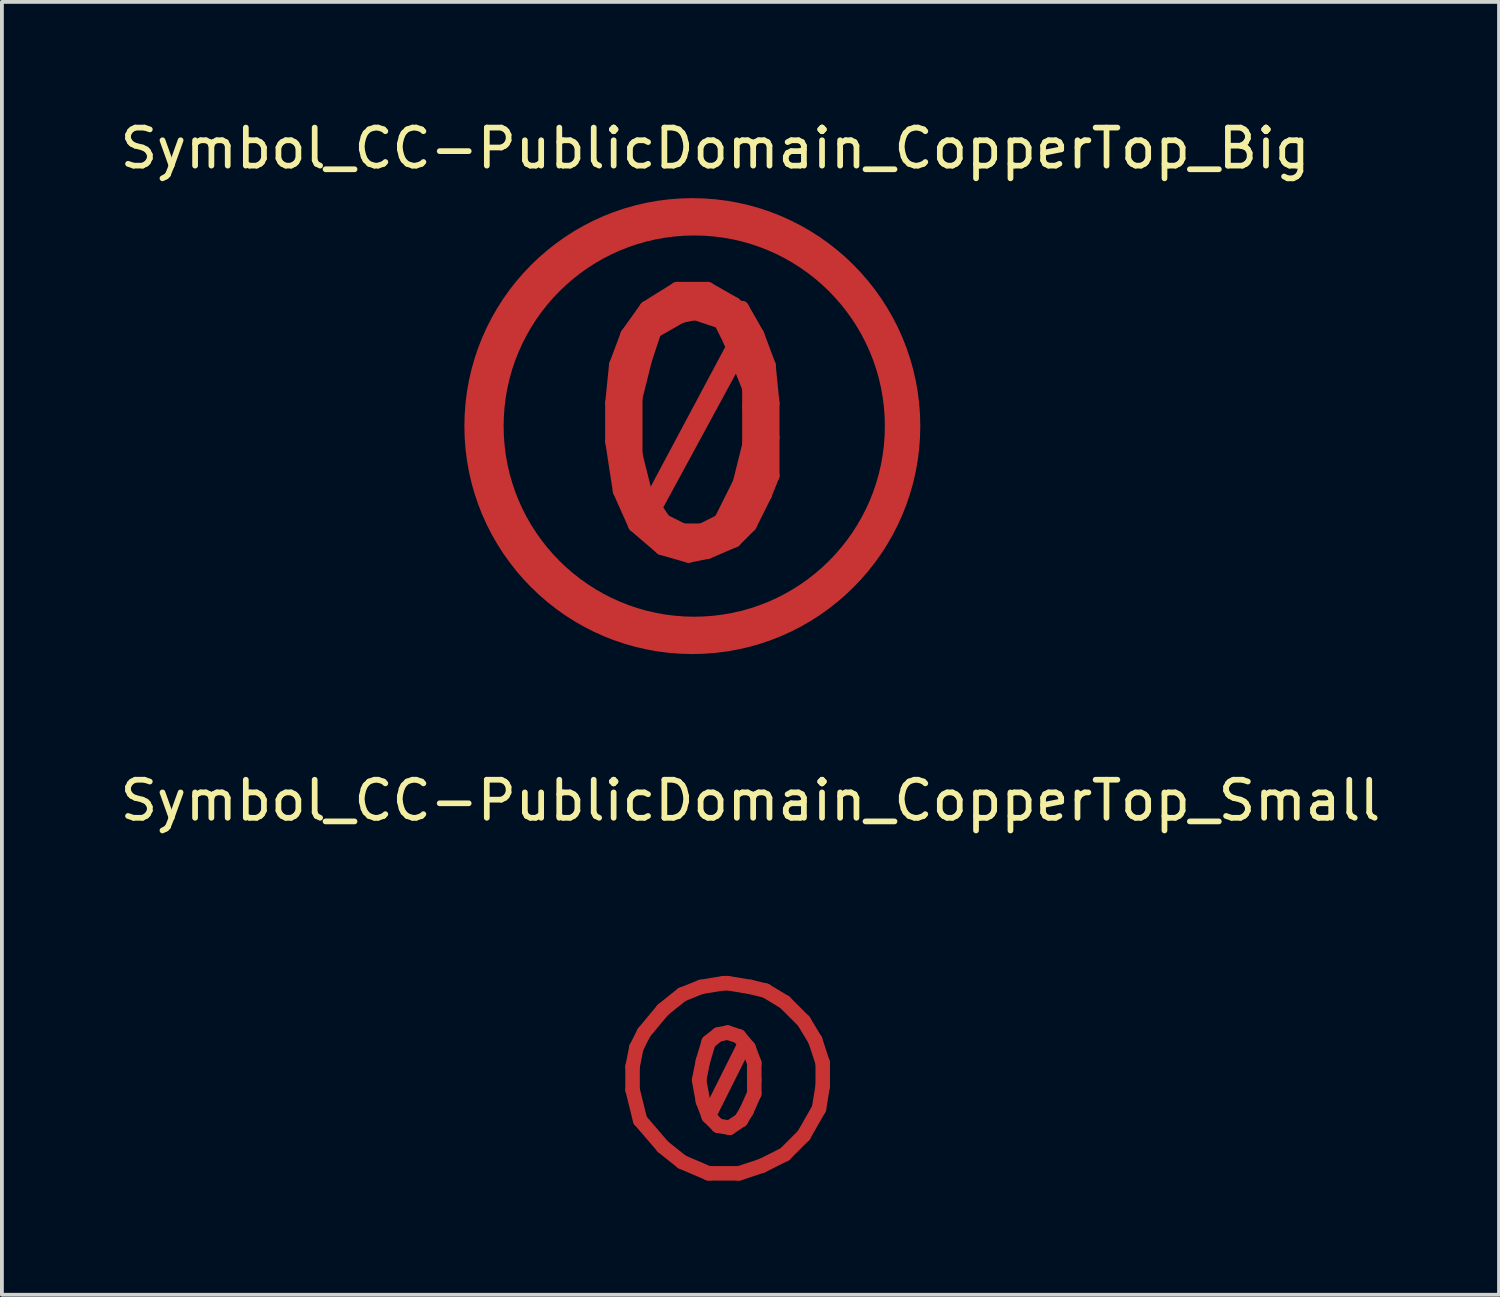
<source format=kicad_pcb>
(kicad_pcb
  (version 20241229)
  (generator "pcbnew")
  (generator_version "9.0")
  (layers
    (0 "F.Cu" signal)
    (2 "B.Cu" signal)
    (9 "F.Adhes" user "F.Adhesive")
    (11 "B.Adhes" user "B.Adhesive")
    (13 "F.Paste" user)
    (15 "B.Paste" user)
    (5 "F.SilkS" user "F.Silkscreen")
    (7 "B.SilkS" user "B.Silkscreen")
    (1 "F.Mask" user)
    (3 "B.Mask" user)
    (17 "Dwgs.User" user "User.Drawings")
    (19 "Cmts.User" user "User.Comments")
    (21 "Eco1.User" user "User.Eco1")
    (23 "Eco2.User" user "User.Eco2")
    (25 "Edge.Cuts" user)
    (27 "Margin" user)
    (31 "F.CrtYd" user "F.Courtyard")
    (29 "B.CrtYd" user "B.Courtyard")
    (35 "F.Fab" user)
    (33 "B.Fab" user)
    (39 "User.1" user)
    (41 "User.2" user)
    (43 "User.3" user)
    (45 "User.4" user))
  (footprint "Symbol_CC-PublicDomain_CopperTop_Big"
    (layer "F.Cu")
    (at 15.145 8.148)
    (property "Reference" "Symbol_CC-PublicDomain_CopperTop_Big" (at 0.599 -7.3 0) (layer "F.SilkS") (effects (font (size 1 1) (thickness 0.15))))
    (attr through_hole)
    (fp_line (start -2.1 -0.6) (end -2 -1.6) (stroke (width 0.381) (type solid)) (layer "F.Cu"))
    (fp_line (start -2.1 0.4) (end -2.1 -0.6) (stroke (width 0.381) (type solid)) (layer "F.Cu"))
    (fp_line (start -2 -1.6) (end -1.7 -2.4) (stroke (width 0.381) (type solid)) (layer "F.Cu"))
    (fp_line (start -1.9 0.6) (end -1.7 -1.9) (stroke (width 0.381) (type solid)) (layer "F.Cu"))
    (fp_line (start -1.9 1.7) (end -2.1 0.4) (stroke (width 0.381) (type solid)) (layer "F.Cu"))
    (fp_line (start -1.8 -0.7) (end -1.4 -2.2) (stroke (width 0.381) (type solid)) (layer "F.Cu"))
    (fp_line (start -1.8 1.2) (end -1.6 1.9) (stroke (width 0.381) (type solid)) (layer "F.Cu"))
    (fp_line (start -1.7 -2.4) (end -1.2 -3.1) (stroke (width 0.381) (type solid)) (layer "F.Cu"))
    (fp_line (start -1.7 1) (end -1.8 -0.7) (stroke (width 0.381) (type solid)) (layer "F.Cu"))
    (fp_line (start -1.6 1.9) (end -1.2 2.5) (stroke (width 0.381) (type solid)) (layer "F.Cu"))
    (fp_line (start -1.5 -0.75) (end -1.25 -1.75) (stroke (width 0.381) (type solid)) (layer "F.Cu"))
    (fp_line (start -1.5 0.75) (end -1.5 -0.75) (stroke (width 0.381) (type solid)) (layer "F.Cu"))
    (fp_line (start -1.5 2.6) (end -1.9 1.7) (stroke (width 0.381) (type solid)) (layer "F.Cu"))
    (fp_line (start -1.4 -2.2) (end -1 -2.9) (stroke (width 0.381) (type solid)) (layer "F.Cu"))
    (fp_line (start -1.3 2.3) (end -1.7 1) (stroke (width 0.381) (type solid)) (layer "F.Cu"))
    (fp_line (start -1.25 -1.75) (end -1 -2.5) (stroke (width 0.381) (type solid)) (layer "F.Cu"))
    (fp_line (start -1.25 1.75) (end -1.5 0.75) (stroke (width 0.381) (type solid)) (layer "F.Cu"))
    (fp_line (start -1.2 -3.1) (end -0.4 -3.6) (stroke (width 0.381) (type solid)) (layer "F.Cu"))
    (fp_line (start -1.15 2.45) (end -1.1 2.65) (stroke (width 0.381) (type solid)) (layer "F.Cu"))
    (fp_line (start -1.1 2.7) (end -1.9 0.6) (stroke (width 0.381) (type solid)) (layer "F.Cu"))
    (fp_line (start -1 -2.9) (end -0.2 -3.3) (stroke (width 0.381) (type solid)) (layer "F.Cu"))
    (fp_line (start -1 -2.5) (end -0.3 -2.9) (stroke (width 0.381) (type solid)) (layer "F.Cu"))
    (fp_line (start -0.8 3.2) (end -1.5 2.6) (stroke (width 0.381) (type solid)) (layer "F.Cu"))
    (fp_line (start -0.75 2.5) (end -1.25 1.75) (stroke (width 0.381) (type solid)) (layer "F.Cu"))
    (fp_line (start -0.5 3.2) (end -1.1 2.7) (stroke (width 0.381) (type solid)) (layer "F.Cu"))
    (fp_line (start -0.4 -3.6) (end 0.4 -3.6) (stroke (width 0.381) (type solid)) (layer "F.Cu"))
    (fp_line (start -0.4 3) (end -1.3 2.3) (stroke (width 0.381) (type solid)) (layer "F.Cu"))
    (fp_line (start -0.3 -2.9) (end 0.2 -3) (stroke (width 0.381) (type solid)) (layer "F.Cu"))
    (fp_line (start -0.25 2.75) (end -0.75 2.5) (stroke (width 0.381) (type solid)) (layer "F.Cu"))
    (fp_line (start -0.2 -3.3) (end 0.7 -3.2) (stroke (width 0.381) (type solid)) (layer "F.Cu"))
    (fp_line (start -0.1 3.4) (end -0.8 3.2) (stroke (width 0.381) (type solid)) (layer "F.Cu"))
    (fp_line (start 0 -3) (end 0.75 -2.75) (stroke (width 0.381) (type solid)) (layer "F.Cu"))
    (fp_line (start 0.2 -3) (end 0.8 -3) (stroke (width 0.381) (type solid)) (layer "F.Cu"))
    (fp_line (start 0.2 3.2) (end -0.5 3.2) (stroke (width 0.381) (type solid)) (layer "F.Cu"))
    (fp_line (start 0.25 2.75) (end -0.25 2.75) (stroke (width 0.381) (type solid)) (layer "F.Cu"))
    (fp_line (start 0.4 -3.6) (end 1.1 -3.2) (stroke (width 0.381) (type solid)) (layer "F.Cu"))
    (fp_line (start 0.4 3.3) (end -0.1 3.4) (stroke (width 0.381) (type solid)) (layer "F.Cu"))
    (fp_line (start 0.5 3) (end -0.4 3) (stroke (width 0.381) (type solid)) (layer "F.Cu"))
    (fp_line (start 0.7 -3.2) (end 1.3 -3.1) (stroke (width 0.381) (type solid)) (layer "F.Cu"))
    (fp_line (start 0.75 -2.75) (end 1 -2.25) (stroke (width 0.381) (type solid)) (layer "F.Cu"))
    (fp_line (start 0.75 2.5) (end 0.25 2.75) (stroke (width 0.381) (type solid)) (layer "F.Cu"))
    (fp_line (start 0.8 -3) (end 1.4 -2.3) (stroke (width 0.381) (type solid)) (layer "F.Cu"))
    (fp_line (start 1 -2.25) (end 1.5 -1) (stroke (width 0.381) (type solid)) (layer "F.Cu"))
    (fp_line (start 1 2.7) (end 0.5 3) (stroke (width 0.381) (type solid)) (layer "F.Cu"))
    (fp_line (start 1.1 -3.2) (end 1.1 -2.9) (stroke (width 0.381) (type solid)) (layer "F.Cu"))
    (fp_line (start 1.1 -2.9) (end 1.8 -1.5) (stroke (width 0.381) (type solid)) (layer "F.Cu"))
    (fp_line (start 1.1 -2.5) (end 1.4 -1.9) (stroke (width 0.381) (type solid)) (layer "F.Cu"))
    (fp_line (start 1.1 3) (end 0.4 3.3) (stroke (width 0.381) (type solid)) (layer "F.Cu"))
    (fp_line (start 1.2 2.6) (end 0.2 3.2) (stroke (width 0.381) (type solid)) (layer "F.Cu"))
    (fp_line (start 1.25 -2.4) (end -1.15 2.1) (stroke (width 0.381) (type solid)) (layer "F.Cu"))
    (fp_line (start 1.25 1.5) (end 0.75 2.5) (stroke (width 0.381) (type solid)) (layer "F.Cu"))
    (fp_line (start 1.3 -3.1) (end 1.7 -2.4) (stroke (width 0.381) (type solid)) (layer "F.Cu"))
    (fp_line (start 1.4 -2.3) (end 1.6 -1.4) (stroke (width 0.381) (type solid)) (layer "F.Cu"))
    (fp_line (start 1.4 -2.25) (end -1.15 2.45) (stroke (width 0.381) (type solid)) (layer "F.Cu"))
    (fp_line (start 1.4 1.8) (end 1 2.7) (stroke (width 0.381) (type solid)) (layer "F.Cu"))
    (fp_line (start 1.5 -1) (end 1.5 -0.5) (stroke (width 0.381) (type solid)) (layer "F.Cu"))
    (fp_line (start 1.5 -0.5) (end 1.5 0.5) (stroke (width 0.381) (type solid)) (layer "F.Cu"))
    (fp_line (start 1.5 0.5) (end 1.25 1.5) (stroke (width 0.381) (type solid)) (layer "F.Cu"))
    (fp_line (start 1.5 2.6) (end 1.1 3) (stroke (width 0.381) (type solid)) (layer "F.Cu"))
    (fp_line (start 1.6 -1.4) (end 1.7 -0.3) (stroke (width 0.381) (type solid)) (layer "F.Cu"))
    (fp_line (start 1.7 -2.4) (end 2 -1.6) (stroke (width 0.381) (type solid)) (layer "F.Cu"))
    (fp_line (start 1.7 -0.3) (end 1.7 0.9) (stroke (width 0.381) (type solid)) (layer "F.Cu"))
    (fp_line (start 1.7 0.9) (end 1.4 1.8) (stroke (width 0.381) (type solid)) (layer "F.Cu"))
    (fp_line (start 1.8 -1.5) (end 1.8 -0.4) (stroke (width 0.381) (type solid)) (layer "F.Cu"))
    (fp_line (start 1.8 -0.4) (end 1.8 1.1) (stroke (width 0.381) (type solid)) (layer "F.Cu"))
    (fp_line (start 1.8 1.1) (end 1.2 2.6) (stroke (width 0.381) (type solid)) (layer "F.Cu"))
    (fp_line (start 1.9 1.8) (end 1.5 2.6) (stroke (width 0.381) (type solid)) (layer "F.Cu"))
    (fp_line (start 2 -1.6) (end 2.1 -0.6) (stroke (width 0.381) (type solid)) (layer "F.Cu"))
    (fp_line (start 2.1 -0.6) (end 2.1 0.3) (stroke (width 0.381) (type solid)) (layer "F.Cu"))
    (fp_line (start 2.1 0.3) (end 2.1 1.3) (stroke (width 0.381) (type solid)) (layer "F.Cu"))
    (fp_line (start 2.1 1.3) (end 1.9 1.8) (stroke (width 0.381) (type solid)) (layer "F.Cu"))
    (fp_circle (center 0 0) (end 5.5 0) (stroke (width 0.381) (type solid)) (fill no) (layer "F.Cu"))
    (fp_circle (center 0 0) (end 5.8 -0.05) (stroke (width 0.381) (type solid)) (fill no) (layer "F.Cu"))
    (fp_circle (center 0.05 0) (end 5.25 0) (stroke (width 0.381) (type solid)) (fill no) (layer "F.Cu")))
  (footprint "Symbol_CC-PublicDomain_CopperTop_Small"
    (layer "F.Cu")
    (at 16.073 25.287)
    (property "Reference" "Symbol_CC-PublicDomain_CopperTop_Small" (at 0.599 -7.3 0) (layer "F.SilkS") (effects (font (size 1 1) (thickness 0.15))))
    (attr through_hole)
    (fp_line (start -2.499 -0.3) (end -2.499 0.3) (stroke (width 0.381) (type solid)) (layer "F.Cu"))
    (fp_line (start -2.499 0.3) (end -2.301 1.1) (stroke (width 0.381) (type solid)) (layer "F.Cu"))
    (fp_line (start -2.4 -0.8) (end -2.499 -0.3) (stroke (width 0.381) (type solid)) (layer "F.Cu"))
    (fp_line (start -2.301 1.1) (end -1.699 1.801) (stroke (width 0.381) (type solid)) (layer "F.Cu"))
    (fp_line (start -2.2 -1.199) (end -2.4 -0.8) (stroke (width 0.381) (type solid)) (layer "F.Cu"))
    (fp_line (start -1.699 -1.801) (end -2.2 -1.199) (stroke (width 0.381) (type solid)) (layer "F.Cu"))
    (fp_line (start -1.699 1.801) (end -1.199 2.2) (stroke (width 0.381) (type solid)) (layer "F.Cu"))
    (fp_line (start -1.199 -2.2) (end -1.699 -1.801) (stroke (width 0.381) (type solid)) (layer "F.Cu"))
    (fp_line (start -1.199 2.2) (end -0.5 2.499) (stroke (width 0.381) (type solid)) (layer "F.Cu"))
    (fp_line (start -0.75 0.05) (end -0.65 -0.45) (stroke (width 0.381) (type solid)) (layer "F.Cu"))
    (fp_line (start -0.701 -2.4) (end -1.199 -2.2) (stroke (width 0.381) (type solid)) (layer "F.Cu"))
    (fp_line (start -0.65 -0.45) (end -0.5 -0.95) (stroke (width 0.381) (type solid)) (layer "F.Cu"))
    (fp_line (start -0.65 0.6) (end -0.75 0.05) (stroke (width 0.381) (type solid)) (layer "F.Cu"))
    (fp_line (start -0.5 2.499) (end 0.3 2.499) (stroke (width 0.381) (type solid)) (layer "F.Cu"))
    (fp_line (start -0.5 -0.95) (end -0.25 -1.15) (stroke (width 0.381) (type solid)) (layer "F.Cu"))
    (fp_line (start -0.5 1) (end -0.65 0.6) (stroke (width 0.381) (type solid)) (layer "F.Cu"))
    (fp_line (start -0.25 -1.15) (end 0 -1.2) (stroke (width 0.381) (type solid)) (layer "F.Cu"))
    (fp_line (start -0.25 1.25) (end -0.5 1) (stroke (width 0.381) (type solid)) (layer "F.Cu"))
    (fp_line (start -0.099 -2.499) (end -0.701 -2.4) (stroke (width 0.381) (type solid)) (layer "F.Cu"))
    (fp_line (start 0 -2.499) (end -0.099 -2.499) (stroke (width 0.381) (type solid)) (layer "F.Cu"))
    (fp_line (start 0 -1.2) (end 0.3 -1.1) (stroke (width 0.381) (type solid)) (layer "F.Cu"))
    (fp_line (start 0.05 1.3) (end -0.25 1.25) (stroke (width 0.381) (type solid)) (layer "F.Cu"))
    (fp_line (start 0.3 2.499) (end 0.899 2.301) (stroke (width 0.381) (type solid)) (layer "F.Cu"))
    (fp_line (start 0.3 -1.1) (end 0.55 -0.8) (stroke (width 0.381) (type solid)) (layer "F.Cu"))
    (fp_line (start 0.35 1.1) (end 0.05 1.3) (stroke (width 0.381) (type solid)) (layer "F.Cu"))
    (fp_line (start 0.45 -0.9) (end -0.45 0.9) (stroke (width 0.381) (type solid)) (layer "F.Cu"))
    (fp_line (start 0.5 0.85) (end 0.35 1.1) (stroke (width 0.381) (type solid)) (layer "F.Cu"))
    (fp_line (start 0.55 -0.8) (end 0.7 -0.4) (stroke (width 0.381) (type solid)) (layer "F.Cu"))
    (fp_line (start 0.599 -2.4) (end 0 -2.499) (stroke (width 0.381) (type solid)) (layer "F.Cu"))
    (fp_line (start 0.7 -0.4) (end 0.7 0.05) (stroke (width 0.381) (type solid)) (layer "F.Cu"))
    (fp_line (start 0.7 0.05) (end 0.7 0.4) (stroke (width 0.381) (type solid)) (layer "F.Cu"))
    (fp_line (start 0.7 0.4) (end 0.5 0.85) (stroke (width 0.381) (type solid)) (layer "F.Cu"))
    (fp_line (start 0.899 2.301) (end 1.501 1.999) (stroke (width 0.381) (type solid)) (layer "F.Cu"))
    (fp_line (start 1.001 -2.301) (end 0.599 -2.4) (stroke (width 0.381) (type solid)) (layer "F.Cu"))
    (fp_line (start 1.501 -1.999) (end 1.001 -2.301) (stroke (width 0.381) (type solid)) (layer "F.Cu"))
    (fp_line (start 1.501 1.999) (end 1.999 1.501) (stroke (width 0.381) (type solid)) (layer "F.Cu"))
    (fp_line (start 1.999 -1.501) (end 1.501 -1.999) (stroke (width 0.381) (type solid)) (layer "F.Cu"))
    (fp_line (start 1.999 1.501) (end 2.4 0.8) (stroke (width 0.381) (type solid)) (layer "F.Cu"))
    (fp_line (start 2.301 -1.001) (end 1.999 -1.501) (stroke (width 0.381) (type solid)) (layer "F.Cu"))
    (fp_line (start 2.4 0.8) (end 2.499 0.201) (stroke (width 0.381) (type solid)) (layer "F.Cu"))
    (fp_line (start 2.499 -0.399) (end 2.301 -1.001) (stroke (width 0.381) (type solid)) (layer "F.Cu"))
    (fp_line (start 2.499 0.201) (end 2.499 -0.399) (stroke (width 0.381) (type solid)) (layer "F.Cu")))
  (gr_rect
    (start -3 -3)
    (end 36.345 30.977)
    (stroke (width 0.1) (type default))
    (fill no)
    (layer "Edge.Cuts")))
</source>
